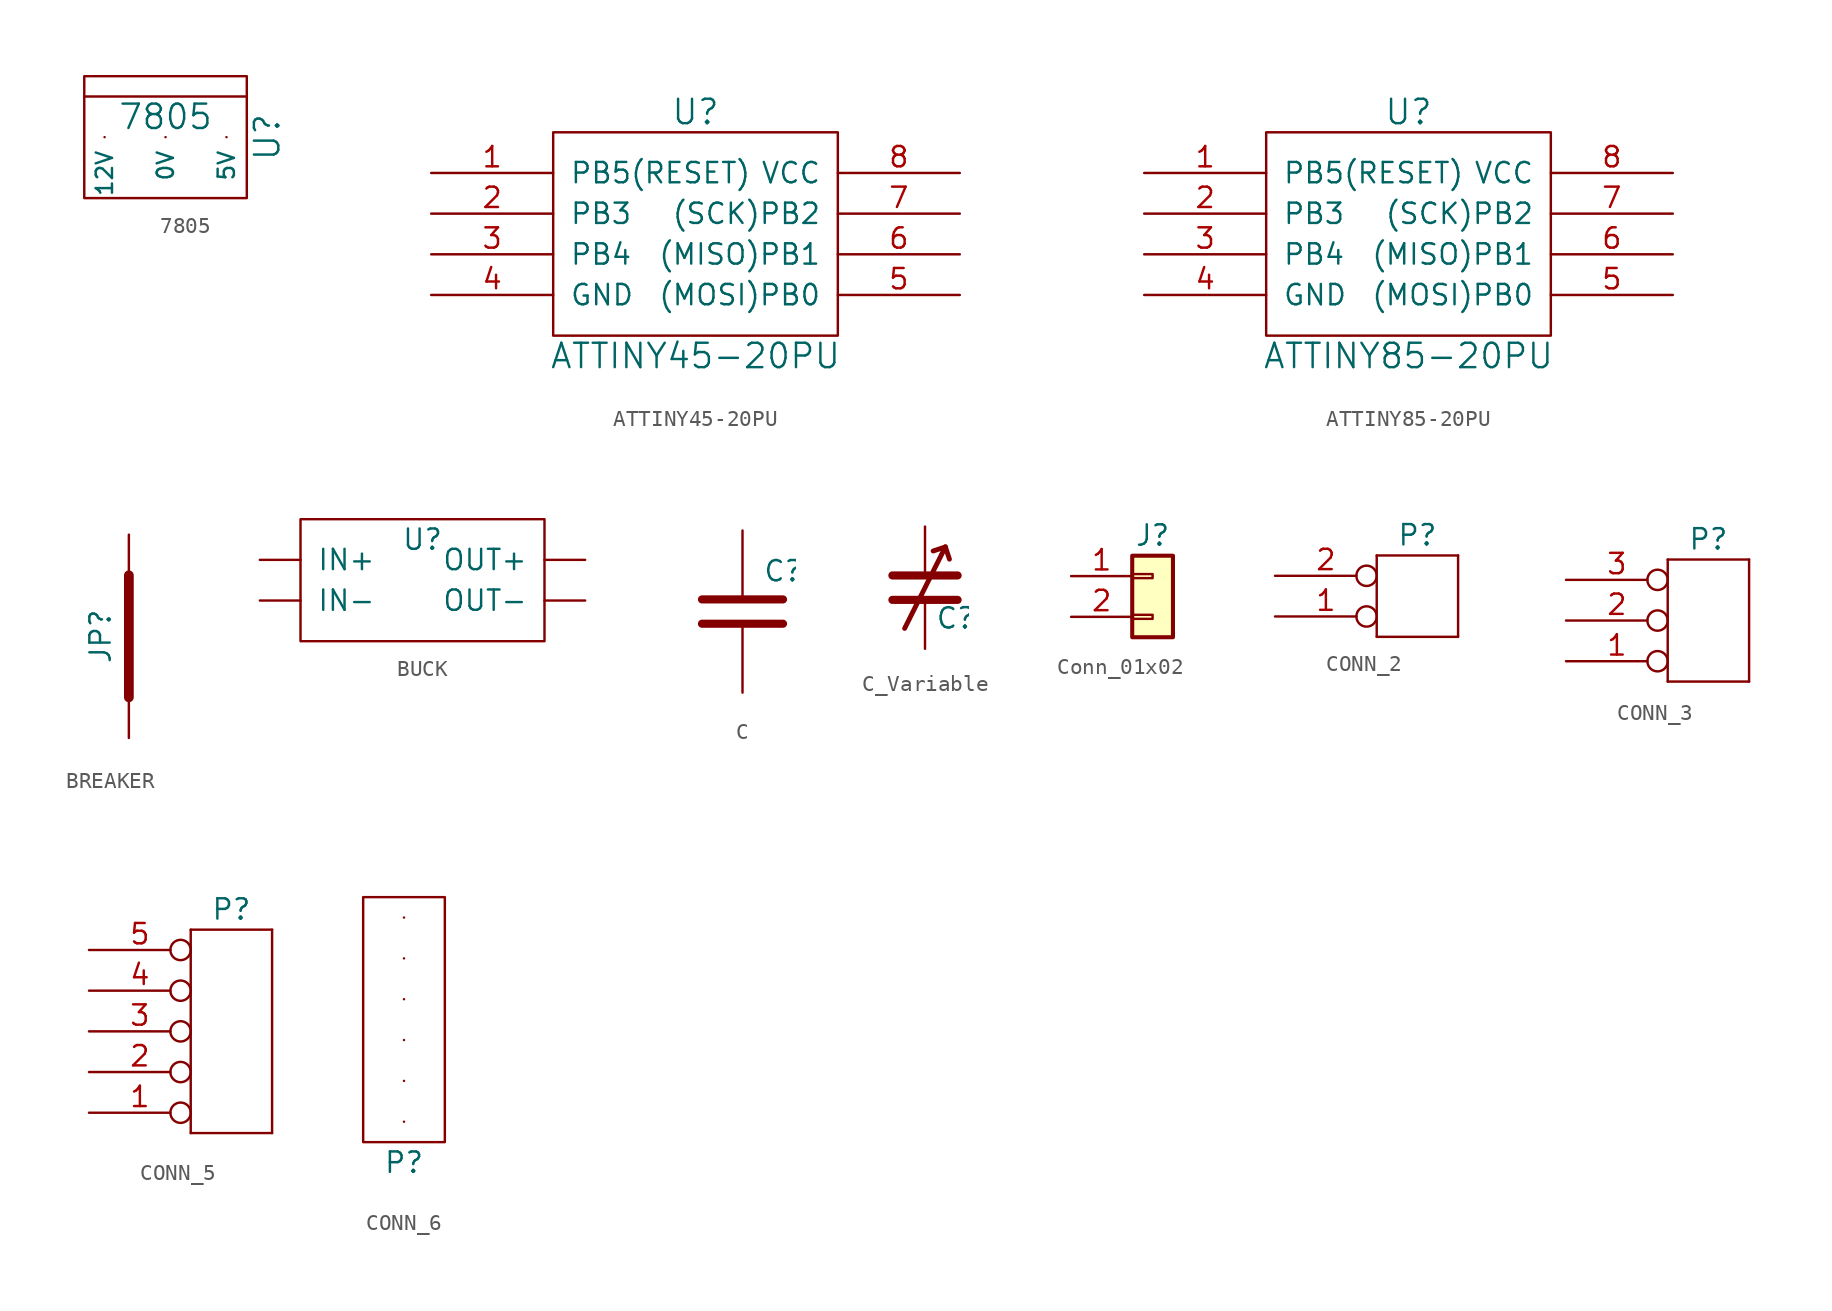
<source format=kicad_sym>
(kicad_symbol_lib
  (version 20211014)
  (generator kicad_symbol_editor)
  (symbol "7805"
    (pin_numbers hide)
    (pin_names
      (offset 0.762))
    (property "Reference" "U"
      (at 6.35 0 90)
      (effects (font (size 1.524 1.524))))
    (property "Value" "7805"
      (at 0 1.27 0)
      (effects (font (size 1.524 1.524))))
    (property "Footprint" ""
      (at 0 0 0)
      (effects (font (size 1.524 1.524))))
    (property "Datasheet" ""
      (at 0 0 0)
      (effects (font (size 1.524 1.524))))
    (symbol "7805_0_1"
      (rectangle (start -5.08 -3.81) (end 5.08 3.81) (stroke (width 0) (type default) (color 0 0 0 0)) (fill (type none)))
      (rectangle (start -5.08 2.54) (end 5.08 2.54) (stroke (width 0) (type default) (color 0 0 0 0)) (fill (type none))))
    (symbol "7805_1_1"
      (pin input line (at -3.81 0 270) (length 0) (name "12V" (effects (font (size 1.016 1.016)))) (number "1" (effects (font (size 1.016 1.016)))))
      (pin input line (at 0 0 270) (length 0) (name "0V" (effects (font (size 1.016 1.016)))) (number "2" (effects (font (size 1.016 1.016)))))
      (pin power_out line (at 3.81 0 270) (length 0) (name "5V" (effects (font (size 1.016 1.016)))) (number "3" (effects (font (size 1.016 1.016)))))))
  (symbol "ATTINY45-20PU"
    (pin_names
      (offset 1.016))
    (property "Reference" "U"
      (at 0 7.62 0)
      (effects (font (size 1.524 1.524))))
    (property "Value" "ATTINY45-20PU"
      (at 0 -7.62 0)
      (effects (font (size 1.524 1.524))))
    (property "Footprint" ""
      (at 0 0 0)
      (effects (font (size 1.524 1.524))))
    (property "Datasheet" ""
      (at 0 0 0)
      (effects (font (size 1.524 1.524))))
    (symbol "ATTINY45-20PU_0_1"
      (rectangle (start -8.89 6.35) (end 8.89 -6.35) (stroke (width 0) (type default) (color 0 0 0 0)) (fill (type none))))
    (symbol "ATTINY45-20PU_1_1"
      (pin input line (at -16.51 3.81 0) (length 7.62) (name "PB5(RESET)" (effects (font (size 1.27 1.27)))) (number "1" (effects (font (size 1.27 1.27)))))
      (pin bidirectional line (at -16.51 1.27 0) (length 7.62) (name "PB3" (effects (font (size 1.27 1.27)))) (number "2" (effects (font (size 1.27 1.27)))))
      (pin bidirectional line (at -16.51 -1.27 0) (length 7.62) (name "PB4" (effects (font (size 1.27 1.27)))) (number "3" (effects (font (size 1.27 1.27)))))
      (pin input line (at -16.51 -3.81 0) (length 7.62) (name "GND" (effects (font (size 1.27 1.27)))) (number "4" (effects (font (size 1.27 1.27)))))
      (pin bidirectional line (at 16.51 -3.81 180) (length 7.62) (name "(MOSI)PB0" (effects (font (size 1.27 1.27)))) (number "5" (effects (font (size 1.27 1.27)))))
      (pin bidirectional line (at 16.51 -1.27 180) (length 7.62) (name "(MISO)PB1" (effects (font (size 1.27 1.27)))) (number "6" (effects (font (size 1.27 1.27)))))
      (pin bidirectional line (at 16.51 1.27 180) (length 7.62) (name "(SCK)PB2" (effects (font (size 1.27 1.27)))) (number "7" (effects (font (size 1.27 1.27)))))
      (pin input line (at 16.51 3.81 180) (length 7.62) (name "VCC" (effects (font (size 1.27 1.27)))) (number "8" (effects (font (size 1.27 1.27)))))))
  (symbol "ATTINY85-20PU"
    (pin_names
      (offset 1.016))
    (property "Reference" "U"
      (at 0 7.62 0)
      (effects (font (size 1.524 1.524))))
    (property "Value" "ATTINY85-20PU"
      (at 0 -7.62 0)
      (effects (font (size 1.524 1.524))))
    (property "Footprint" ""
      (at 0 0 0)
      (effects (font (size 1.524 1.524))))
    (property "Datasheet" ""
      (at 0 0 0)
      (effects (font (size 1.524 1.524))))
    (symbol "ATTINY85-20PU_0_1"
      (rectangle (start -8.89 6.35) (end 8.89 -6.35) (stroke (width 0) (type default) (color 0 0 0 0)) (fill (type none))))
    (symbol "ATTINY85-20PU_1_1"
      (pin input line (at -16.51 3.81 0) (length 7.62) (name "PB5(RESET)" (effects (font (size 1.27 1.27)))) (number "1" (effects (font (size 1.27 1.27)))))
      (pin bidirectional line (at -16.51 1.27 0) (length 7.62) (name "PB3" (effects (font (size 1.27 1.27)))) (number "2" (effects (font (size 1.27 1.27)))))
      (pin bidirectional line (at -16.51 -1.27 0) (length 7.62) (name "PB4" (effects (font (size 1.27 1.27)))) (number "3" (effects (font (size 1.27 1.27)))))
      (pin input line (at -16.51 -3.81 0) (length 7.62) (name "GND" (effects (font (size 1.27 1.27)))) (number "4" (effects (font (size 1.27 1.27)))))
      (pin bidirectional line (at 16.51 -3.81 180) (length 7.62) (name "(MOSI)PB0" (effects (font (size 1.27 1.27)))) (number "5" (effects (font (size 1.27 1.27)))))
      (pin bidirectional line (at 16.51 -1.27 180) (length 7.62) (name "(MISO)PB1" (effects (font (size 1.27 1.27)))) (number "6" (effects (font (size 1.27 1.27)))))
      (pin bidirectional line (at 16.51 1.27 180) (length 7.62) (name "(SCK)PB2" (effects (font (size 1.27 1.27)))) (number "7" (effects (font (size 1.27 1.27)))))
      (pin input line (at 16.51 3.81 180) (length 7.62) (name "VCC" (effects (font (size 1.27 1.27)))) (number "8" (effects (font (size 1.27 1.27)))))))
  (symbol "BREAKER"
    (pin_numbers hide)
    (pin_names
      (offset 0))
    (property "Reference" "JP"
      (at -1.778 0 90)
      (effects (font (size 1.27 1.27))))
    (property "Footprint" ""
      (at 0 0 0)
      (effects (font (size 1.524 1.524))))
    (property "Datasheet" ""
      (at 0 0 0)
      (effects (font (size 1.524 1.524))))
    (symbol "BREAKER_0_1"
      (polyline (pts (xy 0 3.81) (xy 0 -3.81)) (stroke (width 0.61) (type default) (color 0 0 0 0)) (fill (type none))))
    (symbol "BREAKER_1_1"
      (pin passive line (at 0 6.35 270) (length 2.54) (name "~" (effects (font (size 1.524 1.524)))) (number "1" (effects (font (size 1.524 1.524)))))
      (pin passive line (at 0 -6.35 90) (length 2.54) (name "~" (effects (font (size 1.524 1.524)))) (number "2" (effects (font (size 1.524 1.524)))))))
  (symbol "BUCK"
    (pin_numbers hide)
    (pin_names
      (offset 1.016))
    (property "Reference" "U"
      (at 0 3.81 0)
      (effects (font (size 1.27 1.27))))
    (symbol "BUCK_0_1"
      (rectangle (start -7.62 5.08) (end 7.62 -2.54) (stroke (width 0) (type default) (color 0 0 0 0)) (fill (type none))))
    (symbol "BUCK_1_1"
      (pin input line (at -10.16 2.54 0) (length 2.54) (name "IN+" (effects (font (size 1.27 1.27)))) (number "1" (effects (font (size 1.27 1.27)))))
      (pin input line (at -10.16 0 0) (length 2.54) (name "IN-" (effects (font (size 1.27 1.27)))) (number "2" (effects (font (size 1.27 1.27)))))
      (pin output line (at 10.16 2.54 180) (length 2.54) (name "OUT+" (effects (font (size 1.27 1.27)))) (number "3" (effects (font (size 1.27 1.27)))))
      (pin output line (at 10.16 0 180) (length 2.54) (name "OUT-" (effects (font (size 1.27 1.27)))) (number "4" (effects (font (size 1.27 1.27)))))))
  (symbol "C"
    (pin_numbers hide)
    (pin_names
      (offset 0.254))
    (property "Reference" "C"
      (at 1.27 2.54 0)
      (effects (font (size 1.27 1.27)) (justify left)))
    (property "Footprint" ""
      (at 0 0 0)
      (effects (font (size 1.524 1.524))))
    (property "Datasheet" ""
      (at 0 0 0)
      (effects (font (size 1.524 1.524))))
    (symbol "C_0_1"
      (polyline (pts (xy -2.54 -0.762) (xy 2.54 -0.762)) (stroke (width 0.508) (type default) (color 0 0 0 0)) (fill (type none)))
      (polyline (pts (xy -2.54 0.762) (xy 2.54 0.762)) (stroke (width 0.508) (type default) (color 0 0 0 0)) (fill (type none))))
    (symbol "C_1_1"
      (pin passive line (at 0 5.08 270) (length 4.318) (name "~" (effects (font (size 1.016 1.016)))) (number "1" (effects (font (size 1.016 1.016)))))
      (pin passive line (at 0 -5.08 90) (length 4.318) (name "~" (effects (font (size 1.016 1.016)))) (number "2" (effects (font (size 1.016 1.016)))))))
  (symbol "C_Variable"
    (pin_numbers hide)
    (pin_names
      (offset 0.254) hide)
    (property "Reference" "C"
      (at 0.635 -1.905 0)
      (effects (font (size 1.27 1.27)) (justify left)))
    (symbol "C_Variable_0_1"
      (polyline (pts (xy -2.032 -0.762) (xy 2.032 -0.762)) (stroke (width 0.508) (type default) (color 0 0 0 0)) (fill (type none)))
      (polyline (pts (xy -2.032 0.762) (xy 2.032 0.762)) (stroke (width 0.508) (type default) (color 0 0 0 0)) (fill (type none)))
      (polyline (pts (xy 1.27 2.54) (xy -1.27 -2.54)) (stroke (width 0.305) (type default) (color 0 0 0 0)) (fill (type none)))
      (polyline (pts (xy 1.27 2.54) (xy 0.508 2.286)) (stroke (width 0.305) (type default) (color 0 0 0 0)) (fill (type none)))
      (polyline (pts (xy 1.27 2.54) (xy 1.524 1.778)) (stroke (width 0.305) (type default) (color 0 0 0 0)) (fill (type none))))
    (symbol "C_Variable_1_1"
      (pin passive line (at 0 3.81 270) (length 3.048) (name "~" (effects (font (size 1.27 1.27)))) (number "1" (effects (font (size 1.27 1.27)))))
      (pin passive line (at 0 -3.81 90) (length 3.048) (name "~" (effects (font (size 1.27 1.27)))) (number "2" (effects (font (size 1.27 1.27)))))))
  (symbol "Conn_01x02"
    (pin_names
      (offset 1.016) hide)
    (property "Reference" "J"
      (at 0 2.54 0)
      (effects (font (size 1.27 1.27))))
    (symbol "Conn_01x02_1_1"
      (rectangle (start -1.27 -2.413) (end 0 -2.667) (stroke (width 0.152) (type default) (color 0 0 0 0)) (fill (type none)))
      (rectangle (start -1.27 0.127) (end 0 -0.127) (stroke (width 0.152) (type default) (color 0 0 0 0)) (fill (type none)))
      (rectangle (start -1.27 1.27) (end 1.27 -3.81) (stroke (width 0.254) (type default) (color 0 0 0 0)) (fill (type background)))
      (pin passive line (at -5.08 0 0) (length 3.81) (name "Pin_1" (effects (font (size 1.27 1.27)))) (number "1" (effects (font (size 1.27 1.27)))))
      (pin passive line (at -5.08 -2.54 0) (length 3.81) (name "Pin_2" (effects (font (size 1.27 1.27)))) (number "2" (effects (font (size 1.27 1.27)))))))
  (symbol "CONN_2"
    (pin_names
      (offset 1.016) hide)
    (property "Reference" "P"
      (at 0 3.81 0)
      (effects (font (size 1.27 1.27))))
    (symbol "CONN_2_0_1"
      (rectangle (start -2.54 2.54) (end -2.54 -2.54) (stroke (width 0) (type default) (color 0 0 0 0)) (fill (type none)))
      (rectangle (start -2.54 2.54) (end 2.54 2.54) (stroke (width 0) (type default) (color 0 0 0 0)) (fill (type none)))
      (rectangle (start 2.54 -2.54) (end -2.54 -2.54) (stroke (width 0) (type default) (color 0 0 0 0)) (fill (type none)))
      (rectangle (start 2.54 2.54) (end 2.54 -2.54) (stroke (width 0) (type default) (color 0 0 0 0)) (fill (type none))))
    (symbol "CONN_2_1_1"
      (pin passive inverted (at -8.89 -1.27 0) (length 6.35) (name "P1" (effects (font (size 1.27 1.27)))) (number "1" (effects (font (size 1.27 1.27)))))
      (pin passive inverted (at -8.89 1.27 0) (length 6.35) (name "P2" (effects (font (size 1.27 1.27)))) (number "2" (effects (font (size 1.27 1.27)))))))
  (symbol "CONN_3"
    (pin_names
      (offset 1.016) hide)
    (property "Reference" "P"
      (at 0 5.08 0)
      (effects (font (size 1.27 1.27))))
    (symbol "CONN_3_0_1"
      (rectangle (start -2.54 -3.81) (end -2.54 3.81) (stroke (width 0) (type default) (color 0 0 0 0)) (fill (type none)))
      (rectangle (start -2.54 3.81) (end 2.54 3.81) (stroke (width 0) (type default) (color 0 0 0 0)) (fill (type none)))
      (rectangle (start 2.54 -3.81) (end -2.54 -3.81) (stroke (width 0) (type default) (color 0 0 0 0)) (fill (type none)))
      (rectangle (start 2.54 3.81) (end 2.54 -3.81) (stroke (width 0) (type default) (color 0 0 0 0)) (fill (type none))))
    (symbol "CONN_3_1_1"
      (pin passive inverted (at -8.89 -2.54 0) (length 6.35) (name "P1" (effects (font (size 1.27 1.27)))) (number "1" (effects (font (size 1.27 1.27)))))
      (pin passive inverted (at -8.89 0 0) (length 6.35) (name "P2" (effects (font (size 1.27 1.27)))) (number "2" (effects (font (size 1.27 1.27)))))
      (pin passive inverted (at -8.89 2.54 0) (length 6.35) (name "P3" (effects (font (size 1.27 1.27)))) (number "3" (effects (font (size 1.27 1.27)))))))
  (symbol "CONN_5"
    (pin_names
      (offset 1.016) hide)
    (property "Reference" "P"
      (at 0 7.62 0)
      (effects (font (size 1.27 1.27))))
    (symbol "CONN_5_0_1"
      (rectangle (start -2.54 -6.35) (end -2.54 6.35) (stroke (width 0) (type default) (color 0 0 0 0)) (fill (type none)))
      (rectangle (start -2.54 6.35) (end 2.54 6.35) (stroke (width 0) (type default) (color 0 0 0 0)) (fill (type none)))
      (rectangle (start 2.54 -6.35) (end -2.54 -6.35) (stroke (width 0) (type default) (color 0 0 0 0)) (fill (type none)))
      (rectangle (start 2.54 6.35) (end 2.54 -6.35) (stroke (width 0) (type default) (color 0 0 0 0)) (fill (type none))))
    (symbol "CONN_5_1_1"
      (pin passive inverted (at -8.89 -5.08 0) (length 6.35) (name "P1" (effects (font (size 1.27 1.27)))) (number "1" (effects (font (size 1.27 1.27)))))
      (pin passive inverted (at -8.89 -2.54 0) (length 6.35) (name "P2" (effects (font (size 1.27 1.27)))) (number "2" (effects (font (size 1.27 1.27)))))
      (pin passive inverted (at -8.89 0 0) (length 6.35) (name "P3" (effects (font (size 1.27 1.27)))) (number "3" (effects (font (size 1.27 1.27)))))
      (pin passive inverted (at -8.89 2.54 0) (length 6.35) (name "P4" (effects (font (size 1.27 1.27)))) (number "4" (effects (font (size 1.27 1.27)))))
      (pin passive inverted (at -8.89 5.08 0) (length 6.35) (name "P5" (effects (font (size 1.27 1.27)))) (number "5" (effects (font (size 1.27 1.27)))))))
  (symbol "CONN_6"
    (pin_numbers hide)
    (pin_names
      (offset 0.762) hide)
    (property "Reference" "P"
      (at 0 -8.89 0)
      (effects (font (size 1.27 1.27))))
    (property "Footprint" ""
      (at 0 0 0)
      (effects (font (size 1.524 1.524))))
    (property "Datasheet" ""
      (at 0 0 0)
      (effects (font (size 1.524 1.524))))
    (symbol "CONN_6_0_1"
      (rectangle (start -2.54 7.62) (end 2.54 -7.62) (stroke (width 0) (type default) (color 0 0 0 0)) (fill (type none))))
    (symbol "CONN_6_1_1"
      (pin passive line (at 0 6.35 90) (length 0) (name "1" (effects (font (size 1.524 1.524)))) (number "1" (effects (font (size 1.524 1.524)))))
      (pin passive line (at 0 3.81 90) (length 0) (name "2" (effects (font (size 1.524 1.524)))) (number "2" (effects (font (size 1.524 1.524)))))
      (pin passive line (at 0 1.27 90) (length 0) (name "3" (effects (font (size 1.524 1.524)))) (number "3" (effects (font (size 1.524 1.524)))))
      (pin passive line (at 0 -1.27 90) (length 0) (name "4" (effects (font (size 1.524 1.524)))) (number "4" (effects (font (size 1.524 1.524)))))
      (pin passive line (at 0 -3.81 90) (length 0) (name "5" (effects (font (size 1.524 1.524)))) (number "5" (effects (font (size 1.524 1.524)))))
      (pin passive line (at 0 -6.35 270) (length 0) (name "6" (effects (font (size 1.524 1.524)))) (number "6" (effects (font (size 1.524 1.524))))))))
</source>
